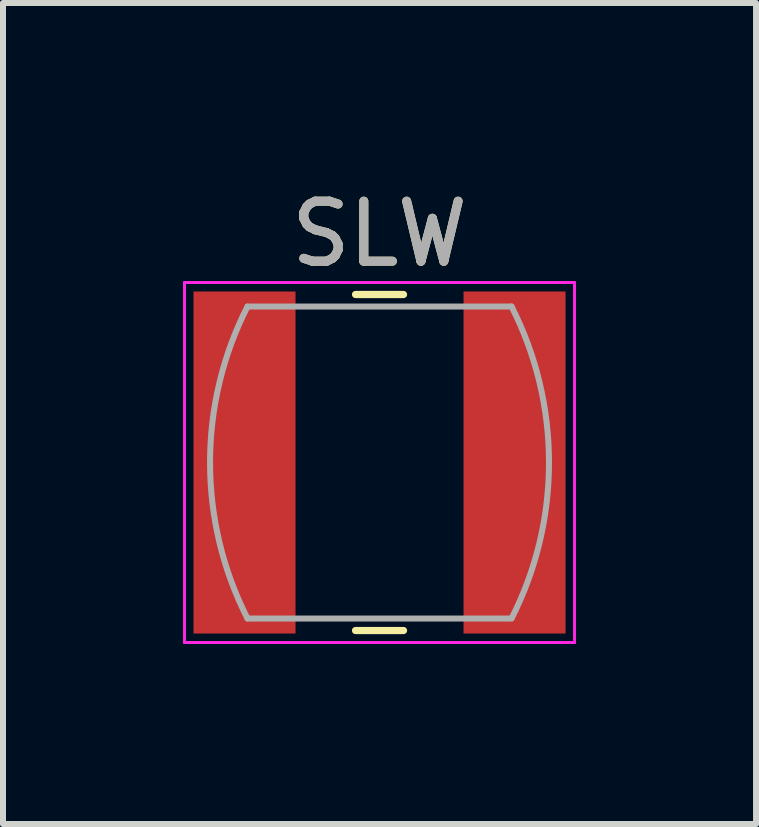
<source format=kicad_pcb>
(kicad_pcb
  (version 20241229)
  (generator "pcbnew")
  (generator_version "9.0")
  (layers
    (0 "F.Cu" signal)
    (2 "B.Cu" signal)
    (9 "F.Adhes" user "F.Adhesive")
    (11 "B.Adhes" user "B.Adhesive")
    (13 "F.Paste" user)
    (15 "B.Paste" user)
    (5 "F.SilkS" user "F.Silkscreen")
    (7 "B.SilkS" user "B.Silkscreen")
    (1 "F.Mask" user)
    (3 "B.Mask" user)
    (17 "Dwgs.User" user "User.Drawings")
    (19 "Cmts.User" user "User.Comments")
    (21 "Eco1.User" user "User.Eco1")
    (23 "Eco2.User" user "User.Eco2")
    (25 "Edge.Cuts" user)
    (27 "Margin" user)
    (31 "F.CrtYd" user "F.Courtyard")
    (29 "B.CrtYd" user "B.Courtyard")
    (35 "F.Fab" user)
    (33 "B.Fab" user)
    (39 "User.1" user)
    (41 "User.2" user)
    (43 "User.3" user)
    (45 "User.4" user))
  (footprint "SLW"
    (layer "F.Cu")
    (at 3.275 4.658)
    (property "Reference" "SLW" (at 0 -3.81 0) (layer "F.SilkS") (effects (font (size 1 1) (thickness 0.15))))
    (attr smd)
    (fp_line (start -0.4 -2.8) (end 0.4 -2.8) (stroke (width 0.12) (type solid)) (layer "F.SilkS"))
    (fp_line (start -0.4 2.8) (end 0.4 2.8) (stroke (width 0.12) (type solid)) (layer "F.SilkS"))
    (fp_line (start -3.25 -3) (end 3.25 -3) (stroke (width 0.05) (type solid)) (layer "F.CrtYd"))
    (fp_line (start -3.25 3) (end -3.25 -3) (stroke (width 0.05) (type solid)) (layer "F.CrtYd"))
    (fp_line (start 3.25 -3) (end 3.25 3) (stroke (width 0.05) (type solid)) (layer "F.CrtYd"))
    (fp_line (start 3.25 3) (end -3.25 3) (stroke (width 0.05) (type solid)) (layer "F.CrtYd"))
    (fp_line (start -2.2 -2.6) (end 2.2 -2.6) (stroke (width 0.1) (type solid)) (layer "F.Fab"))
    (fp_line (start 2.2 2.6) (end -2.2 2.6) (stroke (width 0.1) (type solid)) (layer "F.Fab"))
    (fp_arc (start -2.2 2.6) (mid -2.824509 0.001265) (end -2.201149 -2.597745) (stroke (width 0.1) (type solid)) (layer "F.Fab"))
    (fp_arc (start 2.2 -2.6) (mid 2.824509 -0.001265) (end 2.201149 2.597745) (stroke (width 0.1) (type solid)) (layer "F.Fab"))
    (fp_text user "${REFERENCE}" (at 0 -3.81 0) (layer "F.Fab") (effects (font (size 1 1) (thickness 0.15))))
    (pad "1" smd rect (at -2.25 0) (size 1.7 5.7) (layers "F.Cu" "F.Mask" "F.Paste"))
    (pad "2" smd rect (at 2.25 0) (size 1.7 5.7) (layers "F.Cu" "F.Mask" "F.Paste")))
  (gr_rect
    (start -3 -3)
    (end 9.55 10.683)
    (stroke (width 0.1) (type default))
    (fill no)
    (layer "Edge.Cuts")))
</source>
